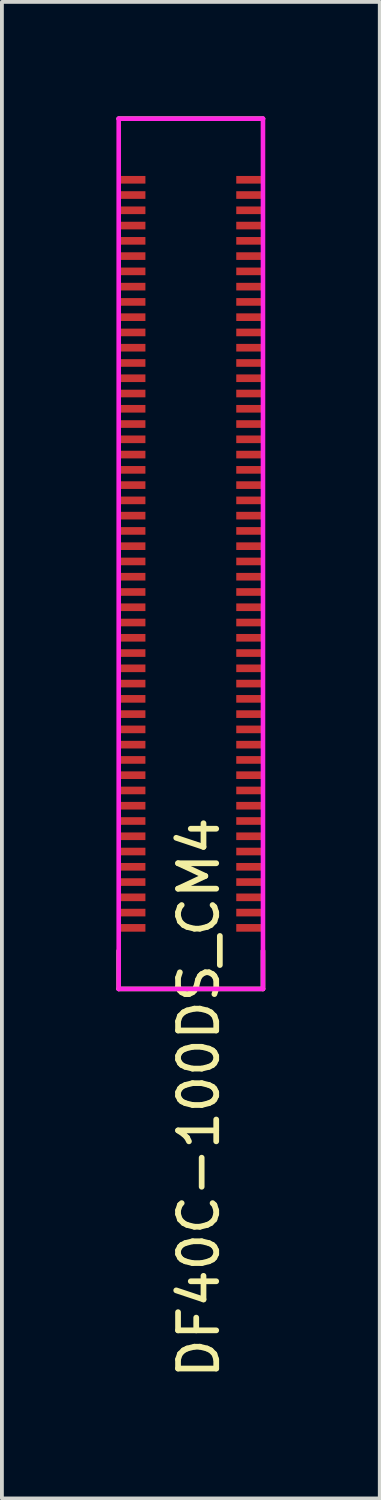
<source format=kicad_pcb>
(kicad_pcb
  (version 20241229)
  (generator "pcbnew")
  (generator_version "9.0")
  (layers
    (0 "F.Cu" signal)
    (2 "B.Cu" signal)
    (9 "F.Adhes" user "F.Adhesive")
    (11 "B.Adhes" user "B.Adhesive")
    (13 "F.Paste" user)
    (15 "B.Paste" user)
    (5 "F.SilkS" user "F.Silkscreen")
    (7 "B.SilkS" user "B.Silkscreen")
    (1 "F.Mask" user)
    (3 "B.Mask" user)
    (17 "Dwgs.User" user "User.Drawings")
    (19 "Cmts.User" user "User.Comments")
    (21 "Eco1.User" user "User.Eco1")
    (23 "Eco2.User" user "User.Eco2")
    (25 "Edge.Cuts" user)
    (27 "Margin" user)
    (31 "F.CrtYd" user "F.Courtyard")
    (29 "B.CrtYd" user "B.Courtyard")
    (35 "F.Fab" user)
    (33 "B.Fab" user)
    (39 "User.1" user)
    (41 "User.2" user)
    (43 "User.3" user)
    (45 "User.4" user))
  (footprint "DF40C-100DS_CM4"
    (layer "F.Cu")
    (at 2.41 32.96)
    (property "Reference" "DF40C-100DS_CM4" (at -0.25 -7.25 270) (layer "F.SilkS") (effects (font (size 1 1) (thickness 0.15))))
    (attr smd)
    (fp_line (start -2.35 -32.9) (end 1.43 -32.9) (stroke (width 0.12) (type solid)) (layer "F.SilkS"))
    (fp_line (start -2.35 -10.1) (end -2.35 -11.1) (stroke (width 0.12) (type solid)) (layer "F.SilkS"))
    (fp_line (start -2.35 -10.1) (end 1.43 -10.1) (stroke (width 0.12) (type solid)) (layer "F.SilkS"))
    (fp_line (start 1.43 -10.1) (end 1.43 -11.1) (stroke (width 0.12) (type solid)) (layer "F.SilkS"))
    (fp_line (start -2.35 -32.9) (end 1.43 -32.9) (stroke (width 0.12) (type solid)) (layer "F.CrtYd"))
    (fp_line (start -2.35 -10.1) (end -2.35 -32.9) (stroke (width 0.12) (type solid)) (layer "F.CrtYd"))
    (fp_line (start 1.43 -32.9) (end 1.43 -10.1) (stroke (width 0.12) (type solid)) (layer "F.CrtYd"))
    (fp_line (start 1.43 -10.1) (end -2.35 -10.1) (stroke (width 0.12) (type solid)) (layer "F.CrtYd"))
    (pad "1" smd rect (at -2 -31.3 270) (size 0.2 0.7) (layers "F.Cu" "F.Mask" "F.Paste"))
    (pad "2" smd rect (at 1.08 -31.3 270) (size 0.2 0.7) (layers "F.Cu" "F.Mask" "F.Paste"))
    (pad "3" smd rect (at -2 -30.9 270) (size 0.2 0.7) (layers "F.Cu" "F.Mask" "F.Paste"))
    (pad "4" smd rect (at 1.08 -30.9 270) (size 0.2 0.7) (layers "F.Cu" "F.Mask" "F.Paste"))
    (pad "5" smd rect (at -2 -30.5 270) (size 0.2 0.7) (layers "F.Cu" "F.Mask" "F.Paste"))
    (pad "6" smd rect (at 1.08 -30.5 270) (size 0.2 0.7) (layers "F.Cu" "F.Mask" "F.Paste"))
    (pad "7" smd rect (at -2 -30.1 270) (size 0.2 0.7) (layers "F.Cu" "F.Mask" "F.Paste"))
    (pad "8" smd rect (at 1.08 -30.1 270) (size 0.2 0.7) (layers "F.Cu" "F.Mask" "F.Paste"))
    (pad "9" smd rect (at -2 -29.7 270) (size 0.2 0.7) (layers "F.Cu" "F.Mask" "F.Paste"))
    (pad "10" smd rect (at 1.08 -29.7 270) (size 0.2 0.7) (layers "F.Cu" "F.Mask" "F.Paste"))
    (pad "11" smd rect (at -2 -29.3 270) (size 0.2 0.7) (layers "F.Cu" "F.Mask" "F.Paste"))
    (pad "12" smd rect (at 1.08 -29.3 270) (size 0.2 0.7) (layers "F.Cu" "F.Mask" "F.Paste"))
    (pad "13" smd rect (at -2 -28.9 270) (size 0.2 0.7) (layers "F.Cu" "F.Mask" "F.Paste"))
    (pad "14" smd rect (at 1.08 -28.9 270) (size 0.2 0.7) (layers "F.Cu" "F.Mask" "F.Paste"))
    (pad "15" smd rect (at -2 -28.5 270) (size 0.2 0.7) (layers "F.Cu" "F.Mask" "F.Paste"))
    (pad "16" smd rect (at 1.08 -28.5 270) (size 0.2 0.7) (layers "F.Cu" "F.Mask" "F.Paste"))
    (pad "17" smd rect (at -2 -28.1 270) (size 0.2 0.7) (layers "F.Cu" "F.Mask" "F.Paste"))
    (pad "18" smd rect (at 1.08 -28.1 270) (size 0.2 0.7) (layers "F.Cu" "F.Mask" "F.Paste"))
    (pad "19" smd rect (at -2 -27.7 270) (size 0.2 0.7) (layers "F.Cu" "F.Mask" "F.Paste"))
    (pad "20" smd rect (at 1.08 -27.7 270) (size 0.2 0.7) (layers "F.Cu" "F.Mask" "F.Paste"))
    (pad "21" smd rect (at -2 -27.3 270) (size 0.2 0.7) (layers "F.Cu" "F.Mask" "F.Paste"))
    (pad "22" smd rect (at 1.08 -27.3 270) (size 0.2 0.7) (layers "F.Cu" "F.Mask" "F.Paste"))
    (pad "23" smd rect (at -2 -26.9 270) (size 0.2 0.7) (layers "F.Cu" "F.Mask" "F.Paste"))
    (pad "24" smd rect (at 1.08 -26.9 270) (size 0.2 0.7) (layers "F.Cu" "F.Mask" "F.Paste"))
    (pad "25" smd rect (at -2 -26.5 270) (size 0.2 0.7) (layers "F.Cu" "F.Mask" "F.Paste"))
    (pad "26" smd rect (at 1.08 -26.5 270) (size 0.2 0.7) (layers "F.Cu" "F.Mask" "F.Paste"))
    (pad "27" smd rect (at -2 -26.1 270) (size 0.2 0.7) (layers "F.Cu" "F.Mask" "F.Paste"))
    (pad "28" smd rect (at 1.08 -26.1 270) (size 0.2 0.7) (layers "F.Cu" "F.Mask" "F.Paste"))
    (pad "29" smd rect (at -2 -25.7 270) (size 0.2 0.7) (layers "F.Cu" "F.Mask" "F.Paste"))
    (pad "30" smd rect (at 1.08 -25.7 270) (size 0.2 0.7) (layers "F.Cu" "F.Mask" "F.Paste"))
    (pad "31" smd rect (at -2 -25.3 270) (size 0.2 0.7) (layers "F.Cu" "F.Mask" "F.Paste"))
    (pad "32" smd rect (at 1.08 -25.3 270) (size 0.2 0.7) (layers "F.Cu" "F.Mask" "F.Paste"))
    (pad "33" smd rect (at -2 -24.9 270) (size 0.2 0.7) (layers "F.Cu" "F.Mask" "F.Paste"))
    (pad "34" smd rect (at 1.08 -24.9 270) (size 0.2 0.7) (layers "F.Cu" "F.Mask" "F.Paste"))
    (pad "35" smd rect (at -2 -24.5 270) (size 0.2 0.7) (layers "F.Cu" "F.Mask" "F.Paste"))
    (pad "36" smd rect (at 1.08 -24.5 270) (size 0.2 0.7) (layers "F.Cu" "F.Mask" "F.Paste"))
    (pad "37" smd rect (at -2 -24.1 270) (size 0.2 0.7) (layers "F.Cu" "F.Mask" "F.Paste"))
    (pad "38" smd rect (at 1.08 -24.1 270) (size 0.2 0.7) (layers "F.Cu" "F.Mask" "F.Paste"))
    (pad "39" smd rect (at -2 -23.7 270) (size 0.2 0.7) (layers "F.Cu" "F.Mask" "F.Paste"))
    (pad "40" smd rect (at 1.08 -23.7 270) (size 0.2 0.7) (layers "F.Cu" "F.Mask" "F.Paste"))
    (pad "41" smd rect (at -2 -23.3 270) (size 0.2 0.7) (layers "F.Cu" "F.Mask" "F.Paste"))
    (pad "42" smd rect (at 1.08 -23.3 270) (size 0.2 0.7) (layers "F.Cu" "F.Mask" "F.Paste"))
    (pad "43" smd rect (at -2 -22.9 270) (size 0.2 0.7) (layers "F.Cu" "F.Mask" "F.Paste"))
    (pad "44" smd rect (at 1.08 -22.9 270) (size 0.2 0.7) (layers "F.Cu" "F.Mask" "F.Paste"))
    (pad "45" smd rect (at -2 -22.5 270) (size 0.2 0.7) (layers "F.Cu" "F.Mask" "F.Paste"))
    (pad "46" smd rect (at 1.08 -22.5 270) (size 0.2 0.7) (layers "F.Cu" "F.Mask" "F.Paste"))
    (pad "47" smd rect (at -2 -22.1 270) (size 0.2 0.7) (layers "F.Cu" "F.Mask" "F.Paste"))
    (pad "48" smd rect (at 1.08 -22.1 270) (size 0.2 0.7) (layers "F.Cu" "F.Mask" "F.Paste"))
    (pad "49" smd rect (at -2 -21.7 270) (size 0.2 0.7) (layers "F.Cu" "F.Mask" "F.Paste"))
    (pad "50" smd rect (at 1.08 -21.7 270) (size 0.2 0.7) (layers "F.Cu" "F.Mask" "F.Paste"))
    (pad "51" smd rect (at -2 -21.3 270) (size 0.2 0.7) (layers "F.Cu" "F.Mask" "F.Paste"))
    (pad "52" smd rect (at 1.08 -21.3 270) (size 0.2 0.7) (layers "F.Cu" "F.Mask" "F.Paste"))
    (pad "53" smd rect (at -2 -20.9 270) (size 0.2 0.7) (layers "F.Cu" "F.Mask" "F.Paste"))
    (pad "54" smd rect (at 1.08 -20.9 270) (size 0.2 0.7) (layers "F.Cu" "F.Mask" "F.Paste"))
    (pad "55" smd rect (at -2 -20.5 270) (size 0.2 0.7) (layers "F.Cu" "F.Mask" "F.Paste"))
    (pad "56" smd rect (at 1.08 -20.5 270) (size 0.2 0.7) (layers "F.Cu" "F.Mask" "F.Paste"))
    (pad "57" smd rect (at -2 -20.1 270) (size 0.2 0.7) (layers "F.Cu" "F.Mask" "F.Paste"))
    (pad "58" smd rect (at 1.08 -20.1 270) (size 0.2 0.7) (layers "F.Cu" "F.Mask" "F.Paste"))
    (pad "59" smd rect (at -2 -19.7 270) (size 0.2 0.7) (layers "F.Cu" "F.Mask" "F.Paste"))
    (pad "60" smd rect (at 1.08 -19.7 270) (size 0.2 0.7) (layers "F.Cu" "F.Mask" "F.Paste"))
    (pad "61" smd rect (at -2 -19.3 270) (size 0.2 0.7) (layers "F.Cu" "F.Mask" "F.Paste"))
    (pad "62" smd rect (at 1.08 -19.3 270) (size 0.2 0.7) (layers "F.Cu" "F.Mask" "F.Paste"))
    (pad "63" smd rect (at -2 -18.9 270) (size 0.2 0.7) (layers "F.Cu" "F.Mask" "F.Paste"))
    (pad "64" smd rect (at 1.08 -18.9 270) (size 0.2 0.7) (layers "F.Cu" "F.Mask" "F.Paste"))
    (pad "65" smd rect (at -2 -18.5 270) (size 0.2 0.7) (layers "F.Cu" "F.Mask" "F.Paste"))
    (pad "66" smd rect (at 1.08 -18.5 270) (size 0.2 0.7) (layers "F.Cu" "F.Mask" "F.Paste"))
    (pad "67" smd rect (at -2 -18.1 270) (size 0.2 0.7) (layers "F.Cu" "F.Mask" "F.Paste"))
    (pad "68" smd rect (at 1.08 -18.1 270) (size 0.2 0.7) (layers "F.Cu" "F.Mask" "F.Paste"))
    (pad "69" smd rect (at -2 -17.7 270) (size 0.2 0.7) (layers "F.Cu" "F.Mask" "F.Paste"))
    (pad "70" smd rect (at 1.08 -17.7 270) (size 0.2 0.7) (layers "F.Cu" "F.Mask" "F.Paste"))
    (pad "71" smd rect (at -2 -17.3 270) (size 0.2 0.7) (layers "F.Cu" "F.Mask" "F.Paste"))
    (pad "72" smd rect (at 1.08 -17.3 270) (size 0.2 0.7) (layers "F.Cu" "F.Mask" "F.Paste"))
    (pad "73" smd rect (at -2 -16.9 270) (size 0.2 0.7) (layers "F.Cu" "F.Mask" "F.Paste"))
    (pad "74" smd rect (at 1.08 -16.9 270) (size 0.2 0.7) (layers "F.Cu" "F.Mask" "F.Paste"))
    (pad "75" smd rect (at -2 -16.5 270) (size 0.2 0.7) (layers "F.Cu" "F.Mask" "F.Paste"))
    (pad "76" smd rect (at 1.08 -16.5 270) (size 0.2 0.7) (layers "F.Cu" "F.Mask" "F.Paste"))
    (pad "77" smd rect (at -2 -16.1 270) (size 0.2 0.7) (layers "F.Cu" "F.Mask" "F.Paste"))
    (pad "78" smd rect (at 1.08 -16.1 270) (size 0.2 0.7) (layers "F.Cu" "F.Mask" "F.Paste"))
    (pad "79" smd rect (at -2 -15.7 270) (size 0.2 0.7) (layers "F.Cu" "F.Mask" "F.Paste"))
    (pad "80" smd rect (at 1.08 -15.7 270) (size 0.2 0.7) (layers "F.Cu" "F.Mask" "F.Paste"))
    (pad "81" smd rect (at -2 -15.3 270) (size 0.2 0.7) (layers "F.Cu" "F.Mask" "F.Paste"))
    (pad "82" smd rect (at 1.08 -15.3 270) (size 0.2 0.7) (layers "F.Cu" "F.Mask" "F.Paste"))
    (pad "83" smd rect (at -2 -14.9 270) (size 0.2 0.7) (layers "F.Cu" "F.Mask" "F.Paste"))
    (pad "84" smd rect (at 1.08 -14.9 270) (size 0.2 0.7) (layers "F.Cu" "F.Mask" "F.Paste"))
    (pad "85" smd rect (at -2 -14.5 270) (size 0.2 0.7) (layers "F.Cu" "F.Mask" "F.Paste"))
    (pad "86" smd rect (at 1.08 -14.5 270) (size 0.2 0.7) (layers "F.Cu" "F.Mask" "F.Paste"))
    (pad "87" smd rect (at -2 -14.1 270) (size 0.2 0.7) (layers "F.Cu" "F.Mask" "F.Paste"))
    (pad "88" smd rect (at 1.08 -14.1 270) (size 0.2 0.7) (layers "F.Cu" "F.Mask" "F.Paste"))
    (pad "89" smd rect (at -2 -13.7 270) (size 0.2 0.7) (layers "F.Cu" "F.Mask" "F.Paste"))
    (pad "90" smd rect (at 1.08 -13.7 270) (size 0.2 0.7) (layers "F.Cu" "F.Mask" "F.Paste"))
    (pad "91" smd rect (at -2 -13.3 270) (size 0.2 0.7) (layers "F.Cu" "F.Mask" "F.Paste"))
    (pad "92" smd rect (at 1.08 -13.3 270) (size 0.2 0.7) (layers "F.Cu" "F.Mask" "F.Paste"))
    (pad "93" smd rect (at -2 -12.9 270) (size 0.2 0.7) (layers "F.Cu" "F.Mask" "F.Paste"))
    (pad "94" smd rect (at 1.08 -12.9 270) (size 0.2 0.7) (layers "F.Cu" "F.Mask" "F.Paste"))
    (pad "95" smd rect (at -2 -12.5 270) (size 0.2 0.7) (layers "F.Cu" "F.Mask" "F.Paste"))
    (pad "96" smd rect (at 1.08 -12.5 270) (size 0.2 0.7) (layers "F.Cu" "F.Mask" "F.Paste"))
    (pad "97" smd rect (at -2 -12.1 270) (size 0.2 0.7) (layers "F.Cu" "F.Mask" "F.Paste"))
    (pad "98" smd rect (at 1.08 -12.1 270) (size 0.2 0.7) (layers "F.Cu" "F.Mask" "F.Paste"))
    (pad "99" smd rect (at -2 -11.7 270) (size 0.2 0.7) (layers "F.Cu" "F.Mask" "F.Paste"))
    (pad "100" smd rect (at 1.08 -11.7 270) (size 0.2 0.7) (layers "F.Cu" "F.Mask" "F.Paste")))
  (gr_rect
    (start -3 -3)
    (end 6.9 36.21)
    (stroke (width 0.1) (type default))
    (fill no)
    (layer "Edge.Cuts")))
</source>
